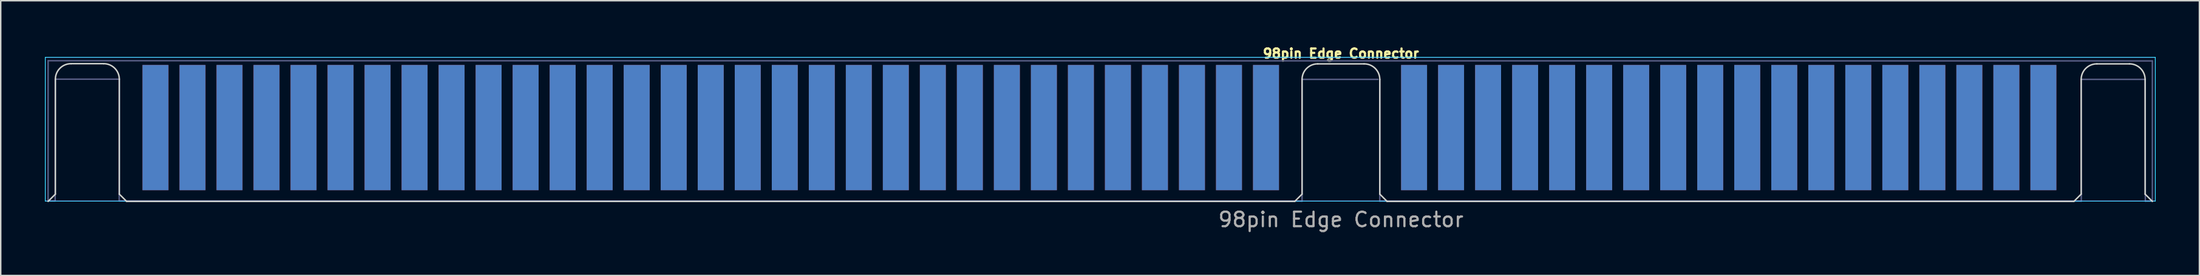
<source format=kicad_pcb>
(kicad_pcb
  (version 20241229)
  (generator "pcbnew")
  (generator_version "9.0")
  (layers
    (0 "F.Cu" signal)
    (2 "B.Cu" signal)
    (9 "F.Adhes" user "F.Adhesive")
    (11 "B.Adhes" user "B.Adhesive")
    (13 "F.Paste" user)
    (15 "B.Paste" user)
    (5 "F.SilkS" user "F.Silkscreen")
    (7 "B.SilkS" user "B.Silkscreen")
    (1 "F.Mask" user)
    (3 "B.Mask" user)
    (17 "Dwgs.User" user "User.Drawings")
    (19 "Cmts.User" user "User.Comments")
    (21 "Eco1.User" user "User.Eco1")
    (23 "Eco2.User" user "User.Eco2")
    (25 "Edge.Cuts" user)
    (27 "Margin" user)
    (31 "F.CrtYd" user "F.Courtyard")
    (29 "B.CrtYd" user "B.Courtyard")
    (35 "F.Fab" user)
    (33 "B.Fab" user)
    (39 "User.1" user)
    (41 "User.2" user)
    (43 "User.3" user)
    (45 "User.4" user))
  (footprint "98pin Edge Connector"
    (layer "F.Cu")
    (at 0.25 10.813)
    (property "Reference" "98pin Edge Connector" (at 88.707 -10.178 0) (layer "F.SilkS") (effects (font (size 0.635 0.635) (thickness 0.15))))
    (attr exclude_from_pos_files exclude_from_bom)
    (fp_line (start 0.5 -8.413) (end 0.5 -0.5) (stroke (width 0.1) (type solid)) (layer "Edge.Cuts"))
    (fp_line (start 0.5 -0.5) (end 0 0) (stroke (width 0.1) (type solid)) (layer "Edge.Cuts"))
    (fp_line (start 3.81 -9.48) (end 1.577 -9.48) (stroke (width 0.1) (type solid)) (layer "Edge.Cuts"))
    (fp_line (start 4.887 -8.413) (end 4.887 -0.5) (stroke (width 0.1) (type solid)) (layer "Edge.Cuts"))
    (fp_line (start 4.887 -0.5) (end 5.387 0) (stroke (width 0.1) (type solid)) (layer "Edge.Cuts"))
    (fp_line (start 85.54 0) (end 5.387 0) (stroke (width 0.1) (type solid)) (layer "Edge.Cuts"))
    (fp_line (start 86.04 -8.4) (end 86.04 -0.5) (stroke (width 0.1) (type solid)) (layer "Edge.Cuts"))
    (fp_line (start 86.04 -0.5) (end 85.54 0) (stroke (width 0.1) (type solid)) (layer "Edge.Cuts"))
    (fp_line (start 87.117 -9.467) (end 90.297 -9.467) (stroke (width 0.1) (type solid)) (layer "Edge.Cuts"))
    (fp_line (start 91.374 -8.4) (end 91.374 -0.5) (stroke (width 0.1) (type solid)) (layer "Edge.Cuts"))
    (fp_line (start 91.374 -0.5) (end 91.874 0) (stroke (width 0.1) (type solid)) (layer "Edge.Cuts"))
    (fp_line (start 138.999 0) (end 91.874 0) (stroke (width 0.1) (type solid)) (layer "Edge.Cuts"))
    (fp_line (start 139.499 -8.4) (end 139.499 -0.5) (stroke (width 0.1) (type solid)) (layer "Edge.Cuts"))
    (fp_line (start 139.499 -0.5) (end 138.999 0) (stroke (width 0.1) (type solid)) (layer "Edge.Cuts"))
    (fp_line (start 140.576 -9.467) (end 142.809 -9.467) (stroke (width 0.1) (type solid)) (layer "Edge.Cuts"))
    (fp_line (start 143.886 -8.4) (end 143.886 -0.5) (stroke (width 0.1) (type solid)) (layer "Edge.Cuts"))
    (fp_line (start 143.886 -0.5) (end 144.386 0) (stroke (width 0.1) (type solid)) (layer "Edge.Cuts"))
    (fp_arc (start 0.5 -8.413) (mid 0.817585 -9.169461) (end 1.577048 -9.479799) (stroke (width 0.1) (type solid)) (layer "Edge.Cuts"))
    (fp_arc (start 3.81 -9.479799) (mid 4.569467 -9.169465) (end 4.887048 -8.413) (stroke (width 0.1) (type solid)) (layer "Edge.Cuts"))
    (fp_arc (start 86.040048 -8.4) (mid 86.357631 -9.156464) (end 87.117096 -9.466799) (stroke (width 0.1) (type solid)) (layer "Edge.Cuts"))
    (fp_arc (start 90.297 -9.466799) (mid 91.056465 -9.156464) (end 91.374048 -8.4) (stroke (width 0.1) (type solid)) (layer "Edge.Cuts"))
    (fp_arc (start 139.499048 -8.4) (mid 139.816631 -9.156464) (end 140.576096 -9.466799) (stroke (width 0.1) (type solid)) (layer "Edge.Cuts"))
    (fp_arc (start 142.809048 -9.466799) (mid 143.568513 -9.156464) (end 143.886096 -8.4) (stroke (width 0.1) (type solid)) (layer "Edge.Cuts"))
    (fp_line (start -0.193 -0.018) (end -0.193 -9.92) (stroke (width 0.05) (type solid)) (layer "B.CrtYd"))
    (fp_line (start -0.193 -0.018) (end 144.587 -0.018) (stroke (width 0.05) (type solid)) (layer "B.CrtYd"))
    (fp_line (start 144.587 -9.92) (end -0.193 -9.92) (stroke (width 0.05) (type solid)) (layer "B.CrtYd"))
    (fp_line (start 144.587 -9.92) (end 144.587 -0.018) (stroke (width 0.05) (type solid)) (layer "B.CrtYd"))
    (fp_line (start -0.193 -0.018) (end -0.193 -9.92) (stroke (width 0.05) (type solid)) (layer "F.CrtYd"))
    (fp_line (start -0.193 -0.018) (end 144.587 -0.018) (stroke (width 0.05) (type solid)) (layer "F.CrtYd"))
    (fp_line (start 144.587 -9.92) (end -0.193 -9.92) (stroke (width 0.05) (type solid)) (layer "F.CrtYd"))
    (fp_line (start 144.587 -9.92) (end 144.587 -0.018) (stroke (width 0.05) (type solid)) (layer "F.CrtYd"))
    (fp_line (start 0 -0.031) (end 0.002 -9.683) (stroke (width 0.1) (type solid)) (layer "B.Fab"))
    (fp_line (start 0.484 -0.031) (end 0 -0.031) (stroke (width 0.1) (type solid)) (layer "B.Fab"))
    (fp_line (start 0.484 -0.031) (end 0.492 -8.413) (stroke (width 0.1) (type solid)) (layer "B.Fab"))
    (fp_line (start 4.879 -0.031) (end 4.887 -8.413) (stroke (width 0.1) (type solid)) (layer "B.Fab"))
    (fp_line (start 4.879 -0.031) (end 86.04 -0.018) (stroke (width 0.1) (type solid)) (layer "B.Fab"))
    (fp_line (start 4.887 -8.413) (end 0.492 -8.413) (stroke (width 0.1) (type solid)) (layer "B.Fab"))
    (fp_line (start 86.04 -8.4) (end 91.247 -8.4) (stroke (width 0.1) (type solid)) (layer "B.Fab"))
    (fp_line (start 86.04 -0.018) (end 86.04 -8.4) (stroke (width 0.1) (type solid)) (layer "B.Fab"))
    (fp_line (start 91.374 -8.4) (end 91.374 -0.018) (stroke (width 0.1) (type solid)) (layer "B.Fab"))
    (fp_line (start 91.374 -0.018) (end 139.507 -0.018) (stroke (width 0.1) (type solid)) (layer "B.Fab"))
    (fp_line (start 139.499 -8.4) (end 143.894 -8.4) (stroke (width 0.1) (type solid)) (layer "B.Fab"))
    (fp_line (start 139.507 -0.018) (end 139.499 -8.4) (stroke (width 0.1) (type solid)) (layer "B.Fab"))
    (fp_line (start 143.902 -0.018) (end 143.894 -8.4) (stroke (width 0.1) (type solid)) (layer "B.Fab"))
    (fp_line (start 143.902 -0.018) (end 144.384 -0.018) (stroke (width 0.1) (type solid)) (layer "B.Fab"))
    (fp_line (start 144.384 -9.67) (end 0.002 -9.683) (stroke (width 0.1) (type solid)) (layer "B.Fab"))
    (fp_line (start 144.384 -0.018) (end 144.384 -9.67) (stroke (width 0.1) (type solid)) (layer "B.Fab"))
    (fp_text user "${REFERENCE}" (at 88.707 1.252 0) (layer "F.Fab") (effects (font (size 1 1) (thickness 0.15))))
    (pad "A1" connect rect (at 7.366 -5.08) (size 1.78 8.62) (layers "B.Cu" "B.Mask"))
    (pad "A2" connect rect (at 9.906 -5.08) (size 1.78 8.62) (layers "B.Cu" "B.Mask"))
    (pad "A3" connect rect (at 12.446 -5.08) (size 1.78 8.62) (layers "B.Cu" "B.Mask"))
    (pad "A4" connect rect (at 14.986 -5.08) (size 1.78 8.62) (layers "B.Cu" "B.Mask"))
    (pad "A5" connect rect (at 17.526 -5.08) (size 1.78 8.62) (layers "B.Cu" "B.Mask"))
    (pad "A6" connect rect (at 20.066 -5.08) (size 1.78 8.62) (layers "B.Cu" "B.Mask"))
    (pad "A7" connect rect (at 22.606 -5.08) (size 1.78 8.62) (layers "B.Cu" "B.Mask"))
    (pad "A8" connect rect (at 25.146 -5.08) (size 1.78 8.62) (layers "B.Cu" "B.Mask"))
    (pad "A9" connect rect (at 27.686 -5.08) (size 1.78 8.62) (layers "B.Cu" "B.Mask"))
    (pad "A10" connect rect (at 30.226 -5.08) (size 1.78 8.62) (layers "B.Cu" "B.Mask"))
    (pad "A11" connect rect (at 32.766 -5.08) (size 1.78 8.62) (layers "B.Cu" "B.Mask"))
    (pad "A12" connect rect (at 35.306 -5.08) (size 1.78 8.62) (layers "B.Cu" "B.Mask"))
    (pad "A13" connect rect (at 37.846 -5.08) (size 1.78 8.62) (layers "B.Cu" "B.Mask"))
    (pad "A14" connect rect (at 40.386 -5.08) (size 1.78 8.62) (layers "B.Cu" "B.Mask"))
    (pad "A15" connect rect (at 42.926 -5.08) (size 1.78 8.62) (layers "B.Cu" "B.Mask"))
    (pad "A16" connect rect (at 45.466 -5.08) (size 1.78 8.62) (layers "B.Cu" "B.Mask"))
    (pad "A17" connect rect (at 48.006 -5.08) (size 1.78 8.62) (layers "B.Cu" "B.Mask"))
    (pad "A18" connect rect (at 50.546 -5.08) (size 1.78 8.62) (layers "B.Cu" "B.Mask"))
    (pad "A19" connect rect (at 53.086 -5.08) (size 1.78 8.62) (layers "B.Cu" "B.Mask"))
    (pad "A20" connect rect (at 55.626 -5.08) (size 1.78 8.62) (layers "B.Cu" "B.Mask"))
    (pad "A21" connect rect (at 58.166 -5.08) (size 1.78 8.62) (layers "B.Cu" "B.Mask"))
    (pad "A22" connect rect (at 60.706 -5.08) (size 1.78 8.62) (layers "B.Cu" "B.Mask"))
    (pad "A23" connect rect (at 63.246 -5.08) (size 1.78 8.62) (layers "B.Cu" "B.Mask"))
    (pad "A24" connect rect (at 65.786 -5.08) (size 1.78 8.62) (layers "B.Cu" "B.Mask"))
    (pad "A25" connect rect (at 68.326 -5.08) (size 1.78 8.62) (layers "B.Cu" "B.Mask"))
    (pad "A26" connect rect (at 70.866 -5.08) (size 1.78 8.62) (layers "B.Cu" "B.Mask"))
    (pad "A27" connect rect (at 73.406 -5.08) (size 1.78 8.62) (layers "B.Cu" "B.Mask"))
    (pad "A28" connect rect (at 75.946 -5.08) (size 1.78 8.62) (layers "B.Cu" "B.Mask"))
    (pad "A29" connect rect (at 78.486 -5.08) (size 1.78 8.62) (layers "B.Cu" "B.Mask"))
    (pad "A30" connect rect (at 81.026 -5.08) (size 1.78 8.62) (layers "B.Cu" "B.Mask"))
    (pad "A31" connect rect (at 83.566 -5.08) (size 1.78 8.62) (layers "B.Cu" "B.Mask"))
    (pad "B1" connect rect (at 7.366 -5.08) (size 1.78 8.62) (layers "F.Cu" "F.Mask"))
    (pad "B2" connect rect (at 9.906 -5.08) (size 1.78 8.62) (layers "F.Cu" "F.Mask"))
    (pad "B3" connect rect (at 12.446 -5.08) (size 1.78 8.62) (layers "F.Cu" "F.Mask"))
    (pad "B4" connect rect (at 14.986 -5.08) (size 1.78 8.62) (layers "F.Cu" "F.Mask"))
    (pad "B5" connect rect (at 17.526 -5.08) (size 1.78 8.62) (layers "F.Cu" "F.Mask"))
    (pad "B6" connect rect (at 20.066 -5.08) (size 1.78 8.62) (layers "F.Cu" "F.Mask"))
    (pad "B7" connect rect (at 22.606 -5.08) (size 1.78 8.62) (layers "F.Cu" "F.Mask"))
    (pad "B8" connect rect (at 25.146 -5.08) (size 1.78 8.62) (layers "F.Cu" "F.Mask"))
    (pad "B9" connect rect (at 27.686 -5.08) (size 1.78 8.62) (layers "F.Cu" "F.Mask"))
    (pad "B10" connect rect (at 30.226 -5.08) (size 1.78 8.62) (layers "F.Cu" "F.Mask"))
    (pad "B11" connect rect (at 32.766 -5.08) (size 1.78 8.62) (layers "F.Cu" "F.Mask"))
    (pad "B12" connect rect (at 35.306 -5.08) (size 1.78 8.62) (layers "F.Cu" "F.Mask"))
    (pad "B13" connect rect (at 37.846 -5.08) (size 1.78 8.62) (layers "F.Cu" "F.Mask"))
    (pad "B14" connect rect (at 40.386 -5.08) (size 1.78 8.62) (layers "F.Cu" "F.Mask"))
    (pad "B15" connect rect (at 42.926 -5.08) (size 1.78 8.62) (layers "F.Cu" "F.Mask"))
    (pad "B16" connect rect (at 45.466 -5.08) (size 1.78 8.62) (layers "F.Cu" "F.Mask"))
    (pad "B17" connect rect (at 48.006 -5.08) (size 1.78 8.62) (layers "F.Cu" "F.Mask"))
    (pad "B18" connect rect (at 50.546 -5.08) (size 1.78 8.62) (layers "F.Cu" "F.Mask"))
    (pad "B19" connect rect (at 53.086 -5.08) (size 1.78 8.62) (layers "F.Cu" "F.Mask"))
    (pad "B20" connect rect (at 55.626 -5.08) (size 1.78 8.62) (layers "F.Cu" "F.Mask"))
    (pad "B21" connect rect (at 58.166 -5.08) (size 1.78 8.62) (layers "F.Cu" "F.Mask"))
    (pad "B22" connect rect (at 60.706 -5.08) (size 1.78 8.62) (layers "F.Cu" "F.Mask"))
    (pad "B23" connect rect (at 63.246 -5.08) (size 1.78 8.62) (layers "F.Cu" "F.Mask"))
    (pad "B24" connect rect (at 65.786 -5.08) (size 1.78 8.62) (layers "F.Cu" "F.Mask"))
    (pad "B25" connect rect (at 68.326 -5.08) (size 1.78 8.62) (layers "F.Cu" "F.Mask"))
    (pad "B26" connect rect (at 70.866 -5.08) (size 1.78 8.62) (layers "F.Cu" "F.Mask"))
    (pad "B27" connect rect (at 73.406 -5.08) (size 1.78 8.62) (layers "F.Cu" "F.Mask"))
    (pad "B28" connect rect (at 75.946 -5.08) (size 1.78 8.62) (layers "F.Cu" "F.Mask"))
    (pad "B29" connect rect (at 78.486 -5.08) (size 1.78 8.62) (layers "F.Cu" "F.Mask"))
    (pad "B30" connect rect (at 81.026 -5.08) (size 1.78 8.62) (layers "F.Cu" "F.Mask"))
    (pad "B31" connect rect (at 83.566 -5.08) (size 1.78 8.62) (layers "F.Cu" "F.Mask"))
    (pad "C1" connect rect (at 93.726 -5.08) (size 1.78 8.62) (layers "B.Cu" "B.Mask"))
    (pad "C2" connect rect (at 96.266 -5.08) (size 1.78 8.62) (layers "B.Cu" "B.Mask"))
    (pad "C3" connect rect (at 98.806 -5.08) (size 1.78 8.62) (layers "B.Cu" "B.Mask"))
    (pad "C4" connect rect (at 101.346 -5.08) (size 1.78 8.62) (layers "B.Cu" "B.Mask"))
    (pad "C5" connect rect (at 103.886 -5.08) (size 1.78 8.62) (layers "B.Cu" "B.Mask"))
    (pad "C6" connect rect (at 106.426 -5.08) (size 1.78 8.62) (layers "B.Cu" "B.Mask"))
    (pad "C7" connect rect (at 108.966 -5.08) (size 1.78 8.62) (layers "B.Cu" "B.Mask"))
    (pad "C8" connect rect (at 111.506 -5.08) (size 1.78 8.62) (layers "B.Cu" "B.Mask"))
    (pad "C9" connect rect (at 114.046 -5.08) (size 1.78 8.62) (layers "B.Cu" "B.Mask"))
    (pad "C10" connect rect (at 116.586 -5.08) (size 1.78 8.62) (layers "B.Cu" "B.Mask"))
    (pad "C11" connect rect (at 119.126 -5.08) (size 1.78 8.62) (layers "B.Cu" "B.Mask"))
    (pad "C12" connect rect (at 121.666 -5.08) (size 1.78 8.62) (layers "B.Cu" "B.Mask"))
    (pad "C13" connect rect (at 124.206 -5.08) (size 1.78 8.62) (layers "B.Cu" "B.Mask"))
    (pad "C14" connect rect (at 126.746 -5.08) (size 1.78 8.62) (layers "B.Cu" "B.Mask"))
    (pad "C15" connect rect (at 129.286 -5.08) (size 1.78 8.62) (layers "B.Cu" "B.Mask"))
    (pad "C16" connect rect (at 131.826 -5.08) (size 1.78 8.62) (layers "B.Cu" "B.Mask"))
    (pad "C17" connect rect (at 134.366 -5.08) (size 1.78 8.62) (layers "B.Cu" "B.Mask"))
    (pad "C18" connect rect (at 136.906 -5.08) (size 1.78 8.62) (layers "B.Cu" "B.Mask"))
    (pad "D1" connect rect (at 93.726 -5.08) (size 1.78 8.62) (layers "F.Cu" "F.Mask"))
    (pad "D2" connect rect (at 96.266 -5.08) (size 1.78 8.62) (layers "F.Cu" "F.Mask"))
    (pad "D3" connect rect (at 98.806 -5.08) (size 1.78 8.62) (layers "F.Cu" "F.Mask"))
    (pad "D4" connect rect (at 101.346 -5.08) (size 1.78 8.62) (layers "F.Cu" "F.Mask"))
    (pad "D5" connect rect (at 103.886 -5.08) (size 1.78 8.62) (layers "F.Cu" "F.Mask"))
    (pad "D6" connect rect (at 106.426 -5.08) (size 1.78 8.62) (layers "F.Cu" "F.Mask"))
    (pad "D7" connect rect (at 108.966 -5.08) (size 1.78 8.62) (layers "F.Cu" "F.Mask"))
    (pad "D8" connect rect (at 111.506 -5.08) (size 1.78 8.62) (layers "F.Cu" "F.Mask"))
    (pad "D9" connect rect (at 114.046 -5.08) (size 1.78 8.62) (layers "F.Cu" "F.Mask"))
    (pad "D10" connect rect (at 116.586 -5.08) (size 1.78 8.62) (layers "F.Cu" "F.Mask"))
    (pad "D11" connect rect (at 119.126 -5.08) (size 1.78 8.62) (layers "F.Cu" "F.Mask"))
    (pad "D12" connect rect (at 121.666 -5.08) (size 1.78 8.62) (layers "F.Cu" "F.Mask"))
    (pad "D13" connect rect (at 124.206 -5.08) (size 1.78 8.62) (layers "F.Cu" "F.Mask"))
    (pad "D14" connect rect (at 126.746 -5.08) (size 1.78 8.62) (layers "F.Cu" "F.Mask"))
    (pad "D15" connect rect (at 129.286 -5.08) (size 1.78 8.62) (layers "F.Cu" "F.Mask"))
    (pad "D16" connect rect (at 131.826 -5.08) (size 1.78 8.62) (layers "F.Cu" "F.Mask"))
    (pad "D17" connect rect (at 134.366 -5.08) (size 1.78 8.62) (layers "F.Cu" "F.Mask"))
    (pad "D18" connect rect (at 136.906 -5.08) (size 1.78 8.62) (layers "F.Cu" "F.Mask"))
    (zone (net_name "") (layers "F.Cu" "B.Cu") (hatch edge 0.5) (connect_pads) (min_thickness 0.25) (filled_areas_thickness no) (keepout (tracks not_allowed) (vias not_allowed) (pads not_allowed) (copperpour allowed) (footprints allowed)) (placement (enabled no)) (fill) (polygon (pts (xy 6.6 1.415) (xy 6.6 10.178) (xy 84.832 10.178) (xy 84.832 1.415) (xy 92.96 1.415) (xy 92.96 10.178) (xy 138.172 10.178) (xy 138.172 1.415) (xy 144.522 1.415) (xy 144.522 11.067) (xy 0.25 11.067) (xy 0.25 1.415)))))
  (gr_rect
    (start -3 -3)
    (end 147.862 15.913)
    (stroke (width 0.1) (type default))
    (fill no)
    (layer "Edge.Cuts")))
</source>
